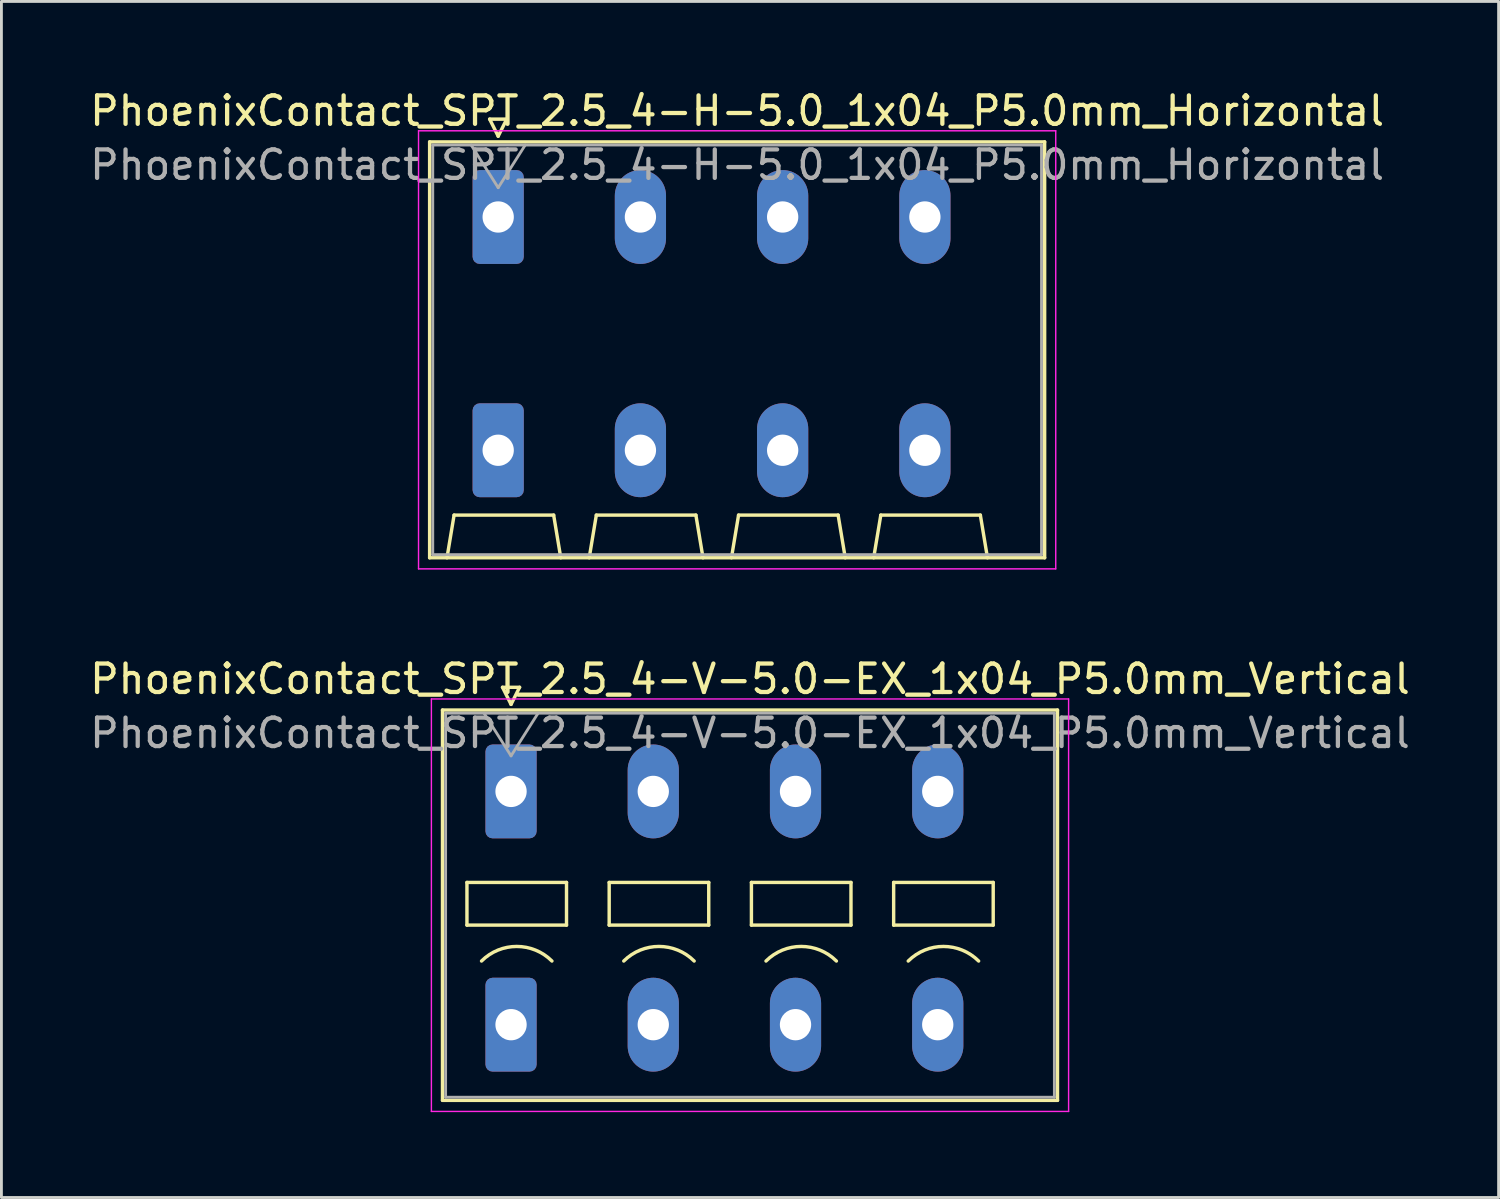
<source format=kicad_pcb>
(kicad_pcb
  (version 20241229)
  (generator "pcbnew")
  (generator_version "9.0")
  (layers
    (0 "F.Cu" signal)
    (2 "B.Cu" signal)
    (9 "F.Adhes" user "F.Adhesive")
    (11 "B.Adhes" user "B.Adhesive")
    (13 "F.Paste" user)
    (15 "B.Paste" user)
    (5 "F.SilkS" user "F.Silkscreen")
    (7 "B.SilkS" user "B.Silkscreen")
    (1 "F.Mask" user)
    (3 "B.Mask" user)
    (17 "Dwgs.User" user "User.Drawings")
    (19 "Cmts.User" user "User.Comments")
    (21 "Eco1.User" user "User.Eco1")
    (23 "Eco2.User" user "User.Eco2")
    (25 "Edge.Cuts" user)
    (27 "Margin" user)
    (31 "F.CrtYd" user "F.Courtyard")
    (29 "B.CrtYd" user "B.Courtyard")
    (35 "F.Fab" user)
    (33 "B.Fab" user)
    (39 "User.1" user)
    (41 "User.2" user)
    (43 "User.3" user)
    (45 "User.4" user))
  (footprint "PhoenixContact_SPT_2.5_4-H-5.0_1x04_P5.0mm_Horizontal"
    (layer "F.Cu")
    (at 14.463 4.578)
    (property "Reference" "PhoenixContact_SPT_2.5_4-H-5.0_1x04_P5.0mm_Horizontal" (at 8.4 -3.73 0) (layer "F.SilkS") (effects (font (size 1 1) (thickness 0.15))))
    (attr through_hole)
    (fp_line (start -2.41 -2.64) (end 19.21 -2.64) (stroke (width 0.12) (type solid)) (layer "F.SilkS"))
    (fp_line (start -2.41 11.98) (end -2.41 -2.64) (stroke (width 0.12) (type solid)) (layer "F.SilkS"))
    (fp_line (start -1.8 11.98) (end -1.55 10.48) (stroke (width 0.12) (type solid)) (layer "F.SilkS"))
    (fp_line (start -1.55 10.48) (end 1.95 10.48) (stroke (width 0.12) (type solid)) (layer "F.SilkS"))
    (fp_line (start -0.3 -3.44) (end 0 -2.84) (stroke (width 0.12) (type solid)) (layer "F.SilkS"))
    (fp_line (start -0.3 -3.44) (end 0.3 -3.44) (stroke (width 0.12) (type solid)) (layer "F.SilkS"))
    (fp_line (start 0.3 -3.44) (end 0 -2.84) (stroke (width 0.12) (type solid)) (layer "F.SilkS"))
    (fp_line (start 2.2 11.98) (end 1.95 10.48) (stroke (width 0.12) (type solid)) (layer "F.SilkS"))
    (fp_line (start 3.2 11.98) (end 3.45 10.48) (stroke (width 0.12) (type solid)) (layer "F.SilkS"))
    (fp_line (start 3.45 10.48) (end 6.95 10.48) (stroke (width 0.12) (type solid)) (layer "F.SilkS"))
    (fp_line (start 7.2 11.98) (end 6.95 10.48) (stroke (width 0.12) (type solid)) (layer "F.SilkS"))
    (fp_line (start 8.2 11.98) (end 8.45 10.48) (stroke (width 0.12) (type solid)) (layer "F.SilkS"))
    (fp_line (start 8.45 10.48) (end 11.95 10.48) (stroke (width 0.12) (type solid)) (layer "F.SilkS"))
    (fp_line (start 12.2 11.98) (end 11.95 10.48) (stroke (width 0.12) (type solid)) (layer "F.SilkS"))
    (fp_line (start 13.2 11.98) (end 13.45 10.48) (stroke (width 0.12) (type solid)) (layer "F.SilkS"))
    (fp_line (start 13.45 10.48) (end 16.95 10.48) (stroke (width 0.12) (type solid)) (layer "F.SilkS"))
    (fp_line (start 17.2 11.98) (end 16.95 10.48) (stroke (width 0.12) (type solid)) (layer "F.SilkS"))
    (fp_line (start 19.21 -2.64) (end 19.21 11.98) (stroke (width 0.12) (type solid)) (layer "F.SilkS"))
    (fp_line (start 19.21 11.98) (end -2.41 11.98) (stroke (width 0.12) (type solid)) (layer "F.SilkS"))
    (fp_line (start -2.8 -3.03) (end -2.8 12.37) (stroke (width 0.05) (type solid)) (layer "F.CrtYd"))
    (fp_line (start -2.8 12.37) (end 19.6 12.37) (stroke (width 0.05) (type solid)) (layer "F.CrtYd"))
    (fp_line (start 19.6 -3.03) (end -2.8 -3.03) (stroke (width 0.05) (type solid)) (layer "F.CrtYd"))
    (fp_line (start 19.6 12.37) (end 19.6 -3.03) (stroke (width 0.05) (type solid)) (layer "F.CrtYd"))
    (fp_line (start -2.3 -2.53) (end -2.3 11.87) (stroke (width 0.1) (type solid)) (layer "F.Fab"))
    (fp_line (start -2.3 11.87) (end 19.1 11.87) (stroke (width 0.1) (type solid)) (layer "F.Fab"))
    (fp_line (start -0.95 -2.53) (end 0 -1.03) (stroke (width 0.1) (type solid)) (layer "F.Fab"))
    (fp_line (start 0.95 -2.53) (end 0 -1.03) (stroke (width 0.1) (type solid)) (layer "F.Fab"))
    (fp_line (start 19.1 -2.53) (end -2.3 -2.53) (stroke (width 0.1) (type solid)) (layer "F.Fab"))
    (fp_line (start 19.1 11.87) (end 19.1 -2.53) (stroke (width 0.1) (type solid)) (layer "F.Fab"))
    (fp_text user "${REFERENCE}" (at 8.4 -1.83 0) (layer "F.Fab") (effects (font (size 1 1) (thickness 0.15))))
    (pad "1" thru_hole roundrect (at 0 0) (size 1.8 3.3) (drill 1.1) (layers "*.Cu" "*.Mask") (roundrect_rratio 0.139))
    (pad "1" thru_hole roundrect (at 0 8.2) (size 1.8 3.3) (drill 1.1) (layers "*.Cu" "*.Mask") (roundrect_rratio 0.139))
    (pad "2" thru_hole oval (at 5 0) (size 1.8 3.3) (drill 1.1) (layers "*.Cu" "*.Mask"))
    (pad "2" thru_hole oval (at 5 8.2) (size 1.8 3.3) (drill 1.1) (layers "*.Cu" "*.Mask"))
    (pad "3" thru_hole oval (at 10 0) (size 1.8 3.3) (drill 1.1) (layers "*.Cu" "*.Mask"))
    (pad "3" thru_hole oval (at 10 8.2) (size 1.8 3.3) (drill 1.1) (layers "*.Cu" "*.Mask"))
    (pad "4" thru_hole oval (at 15 0) (size 1.8 3.3) (drill 1.1) (layers "*.Cu" "*.Mask"))
    (pad "4" thru_hole oval (at 15 8.2) (size 1.8 3.3) (drill 1.1) (layers "*.Cu" "*.Mask")))
  (footprint "PhoenixContact_SPT_2.5_4-V-5.0-EX_1x04_P5.0mm_Vertical"
    (layer "F.Cu")
    (at 14.915 24.771)
    (property "Reference" "PhoenixContact_SPT_2.5_4-V-5.0-EX_1x04_P5.0mm_Vertical" (at 8.4 -3.95 0) (layer "F.SilkS") (effects (font (size 1 1) (thickness 0.15))))
    (attr through_hole)
    (fp_line (start -2.41 -2.86) (end 19.21 -2.86) (stroke (width 0.12) (type solid)) (layer "F.SilkS"))
    (fp_line (start -2.41 10.86) (end -2.41 -2.86) (stroke (width 0.12) (type solid)) (layer "F.SilkS"))
    (fp_line (start -1.55 3.2) (end -1.55 4.7) (stroke (width 0.12) (type solid)) (layer "F.SilkS"))
    (fp_line (start -1.55 4.7) (end 1.95 4.7) (stroke (width 0.12) (type solid)) (layer "F.SilkS"))
    (fp_line (start -0.3 -3.66) (end 0 -3.06) (stroke (width 0.12) (type solid)) (layer "F.SilkS"))
    (fp_line (start -0.3 -3.66) (end 0.3 -3.66) (stroke (width 0.12) (type solid)) (layer "F.SilkS"))
    (fp_line (start 0.3 -3.66) (end 0 -3.06) (stroke (width 0.12) (type solid)) (layer "F.SilkS"))
    (fp_line (start 1.95 3.2) (end -1.55 3.2) (stroke (width 0.12) (type solid)) (layer "F.SilkS"))
    (fp_line (start 1.95 4.7) (end 1.95 3.2) (stroke (width 0.12) (type solid)) (layer "F.SilkS"))
    (fp_line (start 3.45 3.2) (end 3.45 4.7) (stroke (width 0.12) (type solid)) (layer "F.SilkS"))
    (fp_line (start 3.45 4.7) (end 6.95 4.7) (stroke (width 0.12) (type solid)) (layer "F.SilkS"))
    (fp_line (start 6.95 3.2) (end 3.45 3.2) (stroke (width 0.12) (type solid)) (layer "F.SilkS"))
    (fp_line (start 6.95 4.7) (end 6.95 3.2) (stroke (width 0.12) (type solid)) (layer "F.SilkS"))
    (fp_line (start 8.45 3.2) (end 8.45 4.7) (stroke (width 0.12) (type solid)) (layer "F.SilkS"))
    (fp_line (start 8.45 4.7) (end 11.95 4.7) (stroke (width 0.12) (type solid)) (layer "F.SilkS"))
    (fp_line (start 11.95 3.2) (end 8.45 3.2) (stroke (width 0.12) (type solid)) (layer "F.SilkS"))
    (fp_line (start 11.95 4.7) (end 11.95 3.2) (stroke (width 0.12) (type solid)) (layer "F.SilkS"))
    (fp_line (start 13.45 3.2) (end 13.45 4.7) (stroke (width 0.12) (type solid)) (layer "F.SilkS"))
    (fp_line (start 13.45 4.7) (end 16.95 4.7) (stroke (width 0.12) (type solid)) (layer "F.SilkS"))
    (fp_line (start 16.95 3.2) (end 13.45 3.2) (stroke (width 0.12) (type solid)) (layer "F.SilkS"))
    (fp_line (start 16.95 4.7) (end 16.95 3.2) (stroke (width 0.12) (type solid)) (layer "F.SilkS"))
    (fp_line (start 19.21 -2.86) (end 19.21 10.86) (stroke (width 0.12) (type solid)) (layer "F.SilkS"))
    (fp_line (start 19.21 10.86) (end -2.41 10.86) (stroke (width 0.12) (type solid)) (layer "F.SilkS"))
    (fp_arc (start -1.037437 5.962563) (mid 0.2 5.45) (end 1.437437 5.962563) (stroke (width 0.12) (type solid)) (layer "F.SilkS"))
    (fp_arc (start 3.962563 5.962563) (mid 5.2 5.45) (end 6.437437 5.962563) (stroke (width 0.12) (type solid)) (layer "F.SilkS"))
    (fp_arc (start 8.962563 5.962563) (mid 10.2 5.45) (end 11.437437 5.962563) (stroke (width 0.12) (type solid)) (layer "F.SilkS"))
    (fp_arc (start 13.962563 5.962563) (mid 15.2 5.45) (end 16.437437 5.962563) (stroke (width 0.12) (type solid)) (layer "F.SilkS"))
    (fp_line (start -2.8 -3.25) (end -2.8 11.25) (stroke (width 0.05) (type solid)) (layer "F.CrtYd"))
    (fp_line (start -2.8 11.25) (end 19.6 11.25) (stroke (width 0.05) (type solid)) (layer "F.CrtYd"))
    (fp_line (start 19.6 -3.25) (end -2.8 -3.25) (stroke (width 0.05) (type solid)) (layer "F.CrtYd"))
    (fp_line (start 19.6 11.25) (end 19.6 -3.25) (stroke (width 0.05) (type solid)) (layer "F.CrtYd"))
    (fp_line (start -2.3 -2.75) (end -2.3 10.75) (stroke (width 0.1) (type solid)) (layer "F.Fab"))
    (fp_line (start -2.3 10.75) (end 19.1 10.75) (stroke (width 0.1) (type solid)) (layer "F.Fab"))
    (fp_line (start -0.95 -2.75) (end 0 -1.25) (stroke (width 0.1) (type solid)) (layer "F.Fab"))
    (fp_line (start 0.95 -2.75) (end 0 -1.25) (stroke (width 0.1) (type solid)) (layer "F.Fab"))
    (fp_line (start 19.1 -2.75) (end -2.3 -2.75) (stroke (width 0.1) (type solid)) (layer "F.Fab"))
    (fp_line (start 19.1 10.75) (end 19.1 -2.75) (stroke (width 0.1) (type solid)) (layer "F.Fab"))
    (fp_text user "${REFERENCE}" (at 8.4 -2.05 0) (layer "F.Fab") (effects (font (size 1 1) (thickness 0.15))))
    (pad "1" thru_hole roundrect (at 0 0) (size 1.8 3.3) (drill 1.1) (layers "*.Cu" "*.Mask") (roundrect_rratio 0.139))
    (pad "1" thru_hole roundrect (at 0 8.2) (size 1.8 3.3) (drill 1.1) (layers "*.Cu" "*.Mask") (roundrect_rratio 0.139))
    (pad "2" thru_hole oval (at 5 0) (size 1.8 3.3) (drill 1.1) (layers "*.Cu" "*.Mask"))
    (pad "2" thru_hole oval (at 5 8.2) (size 1.8 3.3) (drill 1.1) (layers "*.Cu" "*.Mask"))
    (pad "3" thru_hole oval (at 10 0) (size 1.8 3.3) (drill 1.1) (layers "*.Cu" "*.Mask"))
    (pad "3" thru_hole oval (at 10 8.2) (size 1.8 3.3) (drill 1.1) (layers "*.Cu" "*.Mask"))
    (pad "4" thru_hole oval (at 15 0) (size 1.8 3.3) (drill 1.1) (layers "*.Cu" "*.Mask"))
    (pad "4" thru_hole oval (at 15 8.2) (size 1.8 3.3) (drill 1.1) (layers "*.Cu" "*.Mask")))
  (gr_rect
    (start -3 -3)
    (end 49.631 39.047)
    (stroke (width 0.1) (type default))
    (fill no)
    (layer "Edge.Cuts")))
</source>
